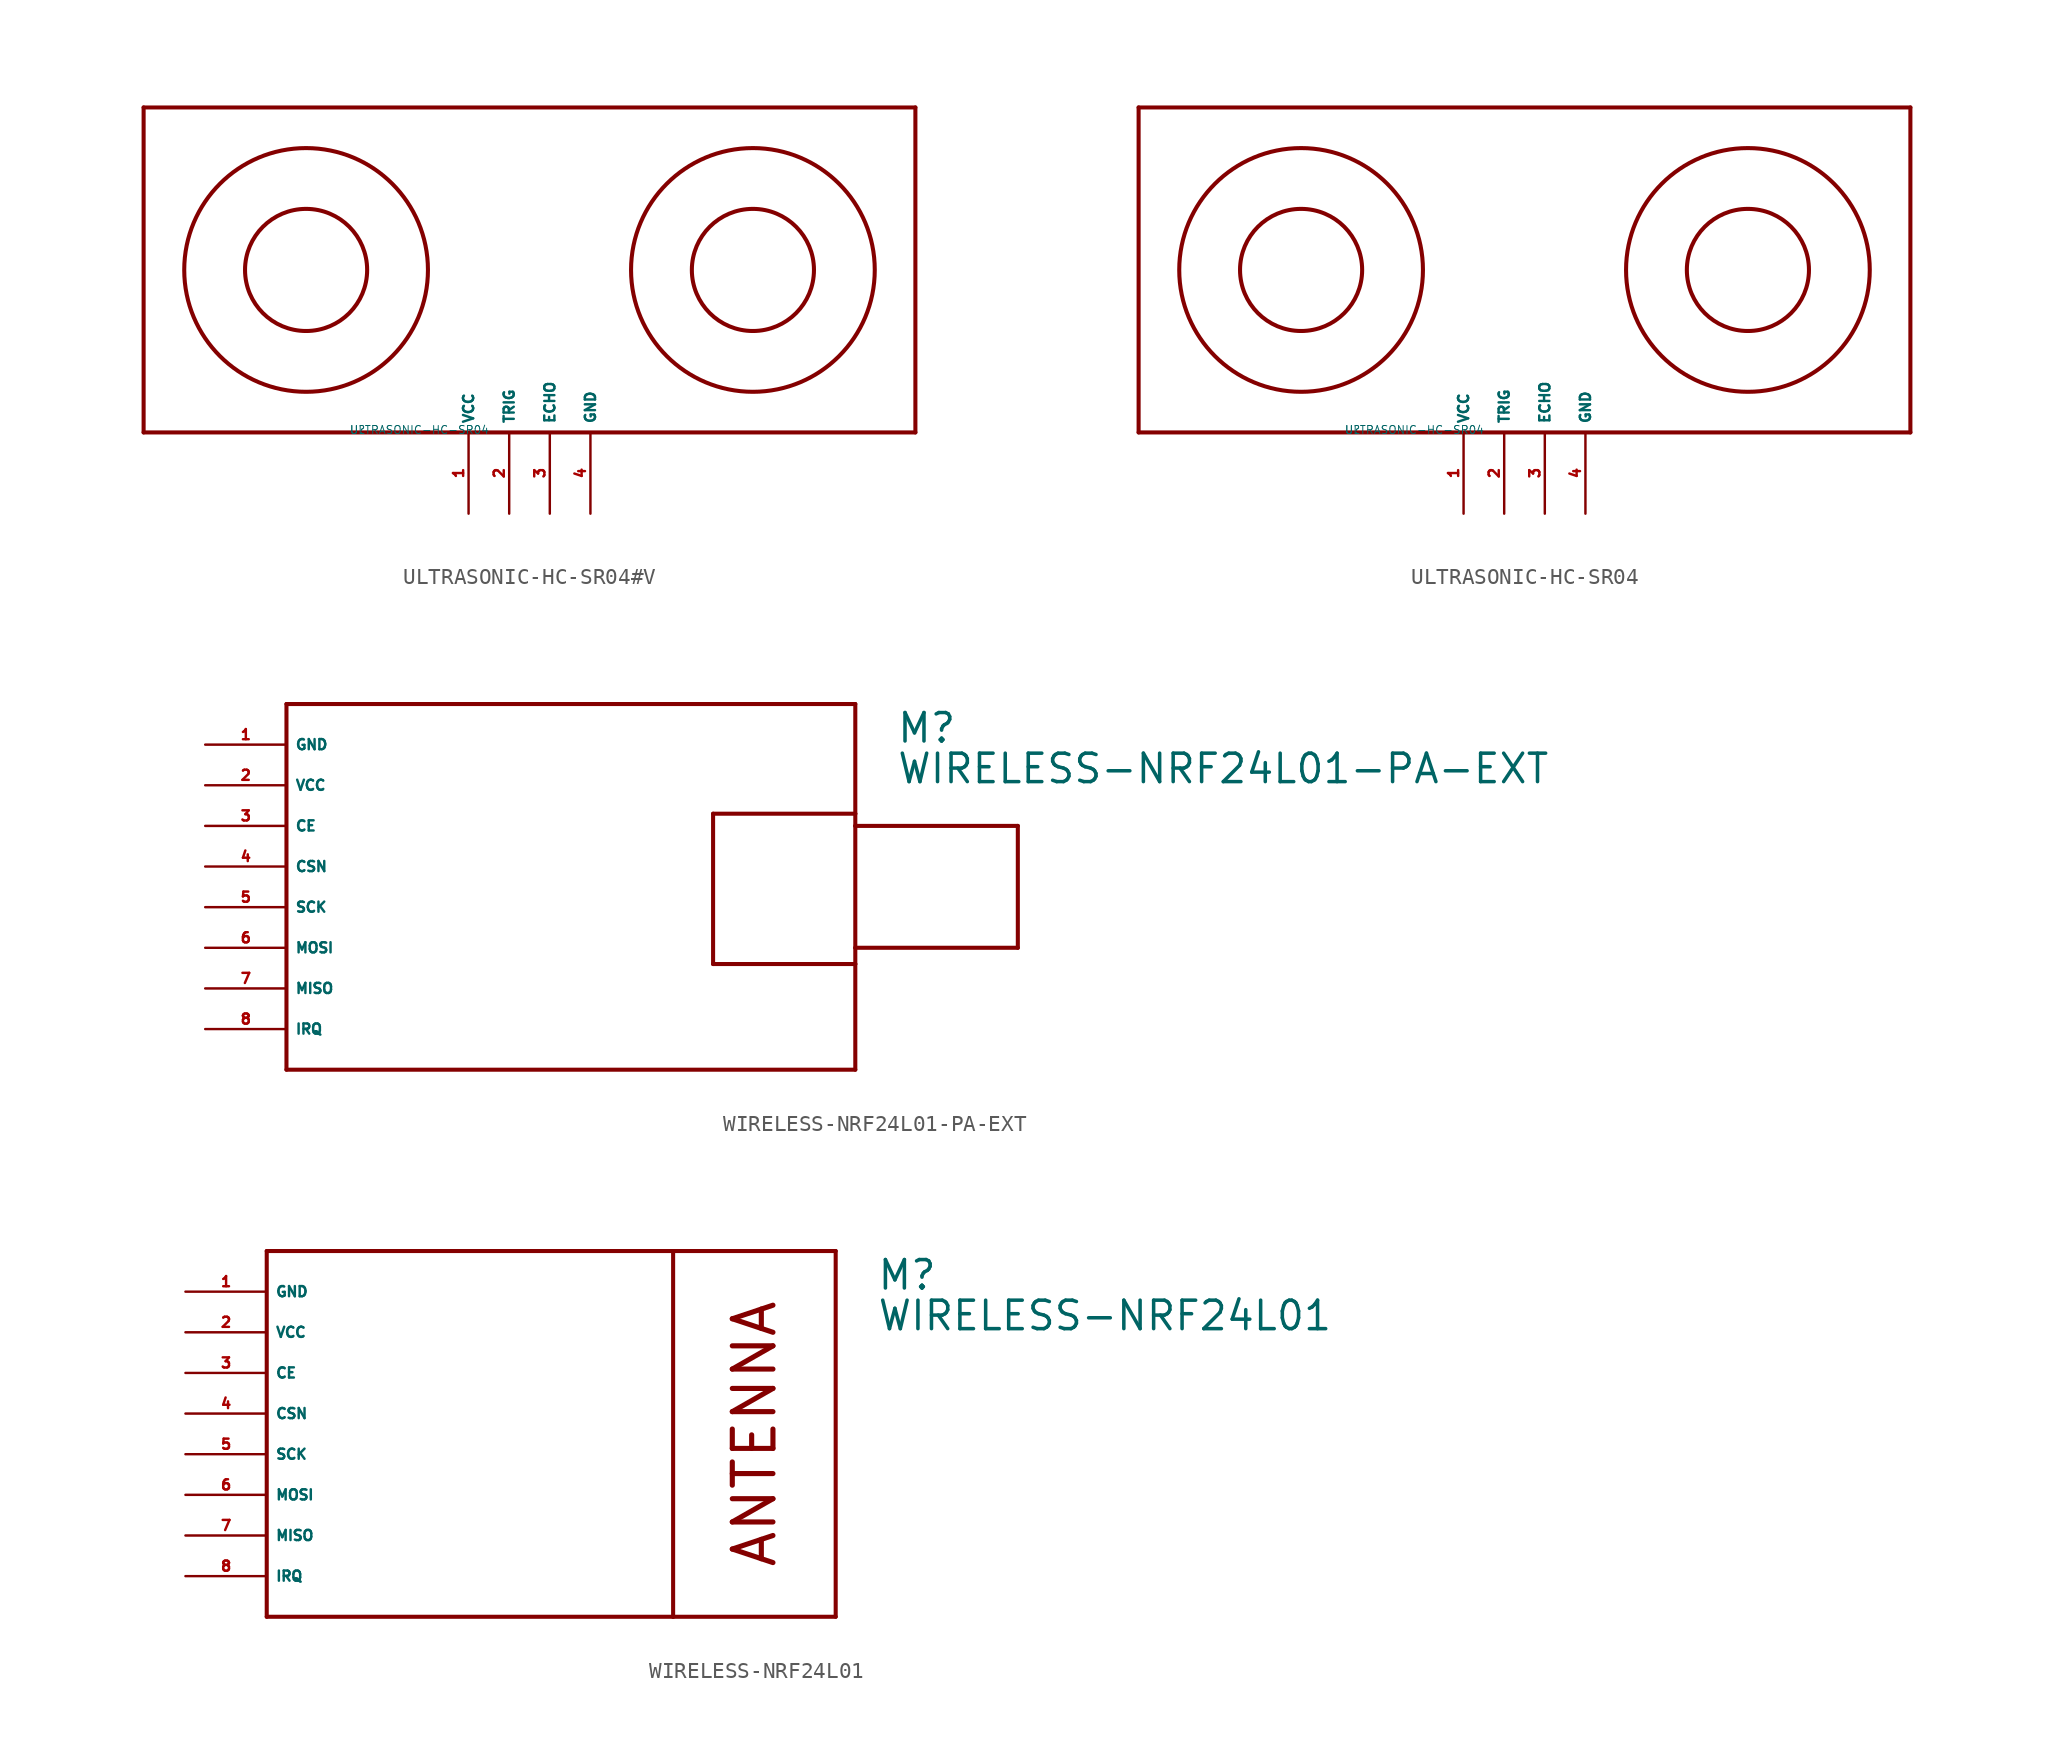
<source format=kicad_sym>
(kicad_symbol_lib
  (version 20220914)
  (generator Eagle2Kicad)
  (symbol "ULTRASONIC-HC-SR04#V"
    (property "Reference" "U"
      (at -10 -10 0)
      (effects (font (size 0.5 0.5) (thickness 0.06)) (justify left)))
    (property "Value" "ULTRASONIC-HC-SR04"
      (at -10 -10 0)
      (effects (font (size 0.5 0.5) (thickness 0.06)) (justify left)))
    (polyline
      (pts (xy -22.86 -10.16) (xy -22.86 10.16))
      (stroke (width 0.254) (type default))
      (fill (type none)))
    (polyline
      (pts (xy -22.86 10.16) (xy 25.4 10.16))
      (stroke (width 0.254) (type default))
      (fill (type none)))
    (polyline
      (pts (xy 25.4 10.16) (xy 25.4 -10.16))
      (stroke (width 0.254) (type default))
      (fill (type none)))
    (polyline
      (pts (xy 25.4 -10.16) (xy -22.86 -10.16))
      (stroke (width 0.254) (type default))
      (fill (type none)))
    (circle
      (center -12.7 0)
      (radius 7.62)
      (stroke (width 0.254) (type default))
      (fill (type none)))
    (circle
      (center 15.24 0)
      (radius 7.62)
      (stroke (width 0.254) (type default))
      (fill (type none)))
    (circle
      (center 15.24 0)
      (radius 3.818)
      (stroke (width 0.254) (type default))
      (fill (type none)))
    (circle
      (center -12.7 0)
      (radius 3.818)
      (stroke (width 0.254) (type default))
      (fill (type none)))
    (pin unspecified line
      (at -2.54 -15.24 90)
      (length 5.08)
      (name "VCC" (effects (font (size 0.635 0.635) (thickness 0.08)) (justify left bottom)))
      (number "1" (effects (font (size 0.635 0.635) (thickness 0.08)) (justify left bottom))))
    (pin input line
      (at 0 -15.24 90)
      (length 5.08)
      (name "TRIG" (effects (font (size 0.635 0.635) (thickness 0.08)) (justify left bottom)))
      (number "2" (effects (font (size 0.635 0.635) (thickness 0.08)) (justify left bottom))))
    (pin output line
      (at 2.54 -15.24 90)
      (length 5.08)
      (name "ECHO" (effects (font (size 0.635 0.635) (thickness 0.08)) (justify left bottom)))
      (number "3" (effects (font (size 0.635 0.635) (thickness 0.08)) (justify left bottom))))
    (pin unspecified line
      (at 5.08 -15.24 90)
      (length 5.08)
      (name "GND" (effects (font (size 0.635 0.635) (thickness 0.08)) (justify left bottom)))
      (number "4" (effects (font (size 0.635 0.635) (thickness 0.08)) (justify left bottom)))))
  (symbol "ULTRASONIC-HC-SR04"
    (property "Reference" "U"
      (at -10 -10 0)
      (effects (font (size 0.5 0.5) (thickness 0.06)) (justify left)))
    (property "Value" "ULTRASONIC-HC-SR04"
      (at -10 -10 0)
      (effects (font (size 0.5 0.5) (thickness 0.06)) (justify left)))
    (polyline
      (pts (xy -22.86 -10.16) (xy -22.86 10.16))
      (stroke (width 0.254) (type default))
      (fill (type none)))
    (polyline
      (pts (xy -22.86 10.16) (xy 25.4 10.16))
      (stroke (width 0.254) (type default))
      (fill (type none)))
    (polyline
      (pts (xy 25.4 10.16) (xy 25.4 -10.16))
      (stroke (width 0.254) (type default))
      (fill (type none)))
    (polyline
      (pts (xy 25.4 -10.16) (xy -22.86 -10.16))
      (stroke (width 0.254) (type default))
      (fill (type none)))
    (circle
      (center -12.7 0)
      (radius 7.62)
      (stroke (width 0.254) (type default))
      (fill (type none)))
    (circle
      (center 15.24 0)
      (radius 7.62)
      (stroke (width 0.254) (type default))
      (fill (type none)))
    (circle
      (center 15.24 0)
      (radius 3.818)
      (stroke (width 0.254) (type default))
      (fill (type none)))
    (circle
      (center -12.7 0)
      (radius 3.818)
      (stroke (width 0.254) (type default))
      (fill (type none)))
    (pin unspecified line
      (at -2.54 -15.24 90)
      (length 5.08)
      (name "VCC" (effects (font (size 0.635 0.635) (thickness 0.08)) (justify left bottom)))
      (number "1" (effects (font (size 0.635 0.635) (thickness 0.08)) (justify left bottom))))
    (pin input line
      (at 0 -15.24 90)
      (length 5.08)
      (name "TRIG" (effects (font (size 0.635 0.635) (thickness 0.08)) (justify left bottom)))
      (number "2" (effects (font (size 0.635 0.635) (thickness 0.08)) (justify left bottom))))
    (pin output line
      (at 2.54 -15.24 90)
      (length 5.08)
      (name "ECHO" (effects (font (size 0.635 0.635) (thickness 0.08)) (justify left bottom)))
      (number "3" (effects (font (size 0.635 0.635) (thickness 0.08)) (justify left bottom))))
    (pin unspecified line
      (at 5.08 -15.24 90)
      (length 5.08)
      (name "GND" (effects (font (size 0.635 0.635) (thickness 0.08)) (justify left bottom)))
      (number "4" (effects (font (size 0.635 0.635) (thickness 0.08)) (justify left bottom)))))
  (symbol "WIRELESS-NRF24L01-PA-EXT"
    (property "Reference" "M"
      (at 20.32 10.16 0)
      (effects (font (size 1.778 1.778) (thickness 0.22)) (justify left bottom)))
    (property "Value" "WIRELESS-NRF24L01-PA-EXT"
      (at 20.32 7.62 0)
      (effects (font (size 1.778 1.778) (thickness 0.22)) (justify left bottom)))
    (polyline
      (pts (xy -17.78 12.7) (xy 17.78 12.7))
      (stroke (width 0.254) (type default))
      (fill (type none)))
    (polyline
      (pts (xy 17.78 12.7) (xy 17.78 5.842))
      (stroke (width 0.254) (type default))
      (fill (type none)))
    (polyline
      (pts (xy 17.78 5.842) (xy 17.78 5.08))
      (stroke (width 0.254) (type default))
      (fill (type none)))
    (polyline
      (pts (xy 17.78 5.08) (xy 17.78 -2.54))
      (stroke (width 0.254) (type default))
      (fill (type none)))
    (polyline
      (pts (xy 17.78 -2.54) (xy 17.78 -3.556))
      (stroke (width 0.254) (type default))
      (fill (type none)))
    (polyline
      (pts (xy 17.78 -3.556) (xy 17.78 -10.16))
      (stroke (width 0.254) (type default))
      (fill (type none)))
    (polyline
      (pts (xy 17.78 -10.16) (xy -17.78 -10.16))
      (stroke (width 0.254) (type default))
      (fill (type none)))
    (polyline
      (pts (xy -17.78 -10.16) (xy -17.78 12.7))
      (stroke (width 0.254) (type default))
      (fill (type none)))
    (polyline
      (pts (xy 17.78 5.08) (xy 27.94 5.08))
      (stroke (width 0.254) (type default))
      (fill (type none)))
    (polyline
      (pts (xy 27.94 5.08) (xy 27.94 -2.54))
      (stroke (width 0.254) (type default))
      (fill (type none)))
    (polyline
      (pts (xy 27.94 -2.54) (xy 17.78 -2.54))
      (stroke (width 0.254) (type default))
      (fill (type none)))
    (polyline
      (pts (xy 17.78 5.842) (xy 8.89 5.842))
      (stroke (width 0.254) (type default))
      (fill (type none)))
    (polyline
      (pts (xy 8.89 5.842) (xy 8.89 -3.556))
      (stroke (width 0.254) (type default))
      (fill (type none)))
    (polyline
      (pts (xy 8.89 -3.556) (xy 17.78 -3.556))
      (stroke (width 0.254) (type default))
      (fill (type none)))
    (pin unspecified line
      (at -22.86 10.16 0)
      (length 5.08)
      (name "GND" (effects (font (size 0.635 0.635) (thickness 0.08)) (justify left bottom)))
      (number "1" (effects (font (size 0.635 0.635) (thickness 0.08)) (justify left bottom))))
    (pin unspecified line
      (at -22.86 7.62 0)
      (length 5.08)
      (name "VCC" (effects (font (size 0.635 0.635) (thickness 0.08)) (justify left bottom)))
      (number "2" (effects (font (size 0.635 0.635) (thickness 0.08)) (justify left bottom))))
    (pin bidirectional line
      (at -22.86 5.08 0)
      (length 5.08)
      (name "CE" (effects (font (size 0.635 0.635) (thickness 0.08)) (justify left bottom)))
      (number "3" (effects (font (size 0.635 0.635) (thickness 0.08)) (justify left bottom))))
    (pin bidirectional line
      (at -22.86 2.54 0)
      (length 5.08)
      (name "CSN" (effects (font (size 0.635 0.635) (thickness 0.08)) (justify left bottom)))
      (number "4" (effects (font (size 0.635 0.635) (thickness 0.08)) (justify left bottom))))
    (pin bidirectional line
      (at -22.86 0 0)
      (length 5.08)
      (name "SCK" (effects (font (size 0.635 0.635) (thickness 0.08)) (justify left bottom)))
      (number "5" (effects (font (size 0.635 0.635) (thickness 0.08)) (justify left bottom))))
    (pin bidirectional line
      (at -22.86 -2.54 0)
      (length 5.08)
      (name "MOSI" (effects (font (size 0.635 0.635) (thickness 0.08)) (justify left bottom)))
      (number "6" (effects (font (size 0.635 0.635) (thickness 0.08)) (justify left bottom))))
    (pin bidirectional line
      (at -22.86 -5.08 0)
      (length 5.08)
      (name "MISO" (effects (font (size 0.635 0.635) (thickness 0.08)) (justify left bottom)))
      (number "7" (effects (font (size 0.635 0.635) (thickness 0.08)) (justify left bottom))))
    (pin bidirectional line
      (at -22.86 -7.62 0)
      (length 5.08)
      (name "IRQ" (effects (font (size 0.635 0.635) (thickness 0.08)) (justify left bottom)))
      (number "8" (effects (font (size 0.635 0.635) (thickness 0.08)) (justify left bottom)))))
  (symbol "WIRELESS-NRF24L01"
    (property "Reference" "M"
      (at 20.32 10.16 0)
      (effects (font (size 1.778 1.778) (thickness 0.22)) (justify left bottom)))
    (property "Value" "WIRELESS-NRF24L01"
      (at 20.32 7.62 0)
      (effects (font (size 1.778 1.778) (thickness 0.22)) (justify left bottom)))
    (polyline
      (pts (xy -17.78 12.7) (xy 7.62 12.7))
      (stroke (width 0.254) (type default))
      (fill (type none)))
    (polyline
      (pts (xy 7.62 12.7) (xy 17.78 12.7))
      (stroke (width 0.254) (type default))
      (fill (type none)))
    (polyline
      (pts (xy 17.78 12.7) (xy 17.78 -10.16))
      (stroke (width 0.254) (type default))
      (fill (type none)))
    (polyline
      (pts (xy 17.78 -10.16) (xy 7.62 -10.16))
      (stroke (width 0.254) (type default))
      (fill (type none)))
    (polyline
      (pts (xy 7.62 -10.16) (xy -17.78 -10.16))
      (stroke (width 0.254) (type default))
      (fill (type none)))
    (polyline
      (pts (xy -17.78 -10.16) (xy -17.78 12.7))
      (stroke (width 0.254) (type default))
      (fill (type none)))
    (polyline
      (pts (xy 7.62 12.7) (xy 7.62 -10.16))
      (stroke (width 0.254) (type default))
      (fill (type none)))
    (text "ANTENNA"
      (at 12.7 1.27 900)
      (effects (font (size 2.54 2.54) (thickness 0.32))))
    (pin unspecified line
      (at -22.86 10.16 0)
      (length 5.08)
      (name "GND" (effects (font (size 0.635 0.635) (thickness 0.08)) (justify left bottom)))
      (number "1" (effects (font (size 0.635 0.635) (thickness 0.08)) (justify left bottom))))
    (pin unspecified line
      (at -22.86 7.62 0)
      (length 5.08)
      (name "VCC" (effects (font (size 0.635 0.635) (thickness 0.08)) (justify left bottom)))
      (number "2" (effects (font (size 0.635 0.635) (thickness 0.08)) (justify left bottom))))
    (pin bidirectional line
      (at -22.86 5.08 0)
      (length 5.08)
      (name "CE" (effects (font (size 0.635 0.635) (thickness 0.08)) (justify left bottom)))
      (number "3" (effects (font (size 0.635 0.635) (thickness 0.08)) (justify left bottom))))
    (pin bidirectional line
      (at -22.86 2.54 0)
      (length 5.08)
      (name "CSN" (effects (font (size 0.635 0.635) (thickness 0.08)) (justify left bottom)))
      (number "4" (effects (font (size 0.635 0.635) (thickness 0.08)) (justify left bottom))))
    (pin bidirectional line
      (at -22.86 0 0)
      (length 5.08)
      (name "SCK" (effects (font (size 0.635 0.635) (thickness 0.08)) (justify left bottom)))
      (number "5" (effects (font (size 0.635 0.635) (thickness 0.08)) (justify left bottom))))
    (pin bidirectional line
      (at -22.86 -2.54 0)
      (length 5.08)
      (name "MOSI" (effects (font (size 0.635 0.635) (thickness 0.08)) (justify left bottom)))
      (number "6" (effects (font (size 0.635 0.635) (thickness 0.08)) (justify left bottom))))
    (pin bidirectional line
      (at -22.86 -5.08 0)
      (length 5.08)
      (name "MISO" (effects (font (size 0.635 0.635) (thickness 0.08)) (justify left bottom)))
      (number "7" (effects (font (size 0.635 0.635) (thickness 0.08)) (justify left bottom))))
    (pin bidirectional line
      (at -22.86 -7.62 0)
      (length 5.08)
      (name "IRQ" (effects (font (size 0.635 0.635) (thickness 0.08)) (justify left bottom)))
      (number "8" (effects (font (size 0.635 0.635) (thickness 0.08)) (justify left bottom))))))
</source>
